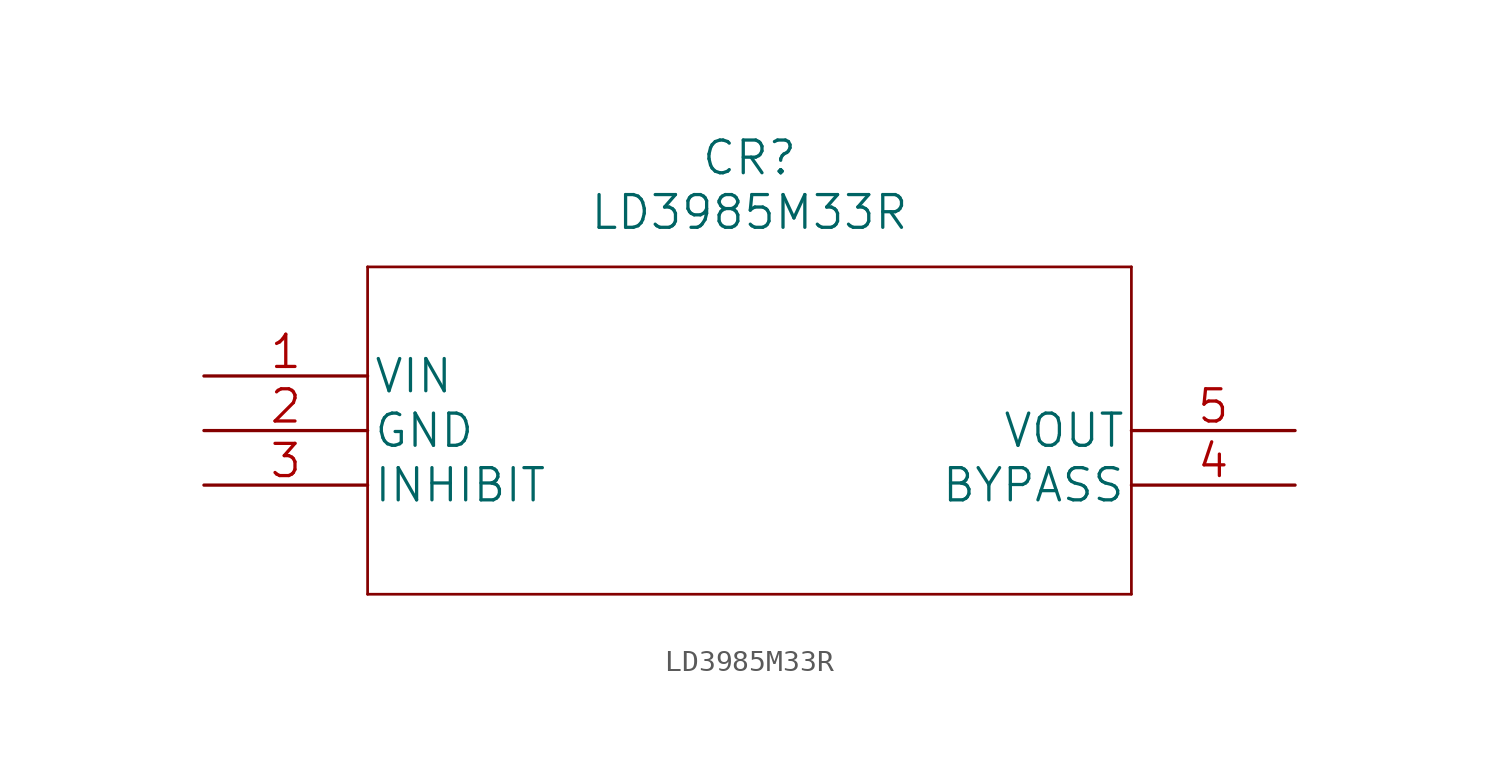
<source format=kicad_sym>
(kicad_symbol_lib
  (version 20220914)
  (generator kicad_symbol_editor)
  (symbol "LD3985M33R"
    (pin_names
      (offset 0.254))
    (property "Reference" "CR"
      (at 25.4 10.16 0)
      (effects (font (size 1.524 1.524))))
    (property "Value" "LD3985M33R"
      (at 25.4 7.62 0)
      (effects (font (size 1.524 1.524))))
    (property "Datasheet" ""
      (at 0 0 0)
      (effects (font (size 1.524 1.524))))
    (symbol "LD3985M33R_1_1"
      (polyline (pts (xy 7.62 -10.16) (xy 43.18 -10.16)) (stroke (width 0.127) (type default)) (fill (type none)))
      (polyline (pts (xy 7.62 5.08) (xy 7.62 -10.16)) (stroke (width 0.127) (type default)) (fill (type none)))
      (polyline (pts (xy 43.18 -10.16) (xy 43.18 5.08)) (stroke (width 0.127) (type default)) (fill (type none)))
      (polyline (pts (xy 43.18 5.08) (xy 7.62 5.08)) (stroke (width 0.127) (type default)) (fill (type none)))
      (pin power_in line (at 0 0 0) (length 7.62) (name "VIN" (effects (font (size 1.499 1.499)))) (number "1" (effects (font (size 1.499 1.499)))))
      (pin power_in line (at 0 -2.54 0) (length 7.62) (name "GND" (effects (font (size 1.499 1.499)))) (number "2" (effects (font (size 1.499 1.499)))))
      (pin input line (at 0 -5.08 0) (length 7.62) (name "INHIBIT" (effects (font (size 1.499 1.499)))) (number "3" (effects (font (size 1.499 1.499)))))
      (pin unspecified line (at 50.8 -5.08 180) (length 7.62) (name "BYPASS" (effects (font (size 1.499 1.499)))) (number "4" (effects (font (size 1.499 1.499)))))
      (pin power_in line (at 50.8 -2.54 180) (length 7.62) (name "VOUT" (effects (font (size 1.499 1.499)))) (number "5" (effects (font (size 1.499 1.499))))))))
</source>
